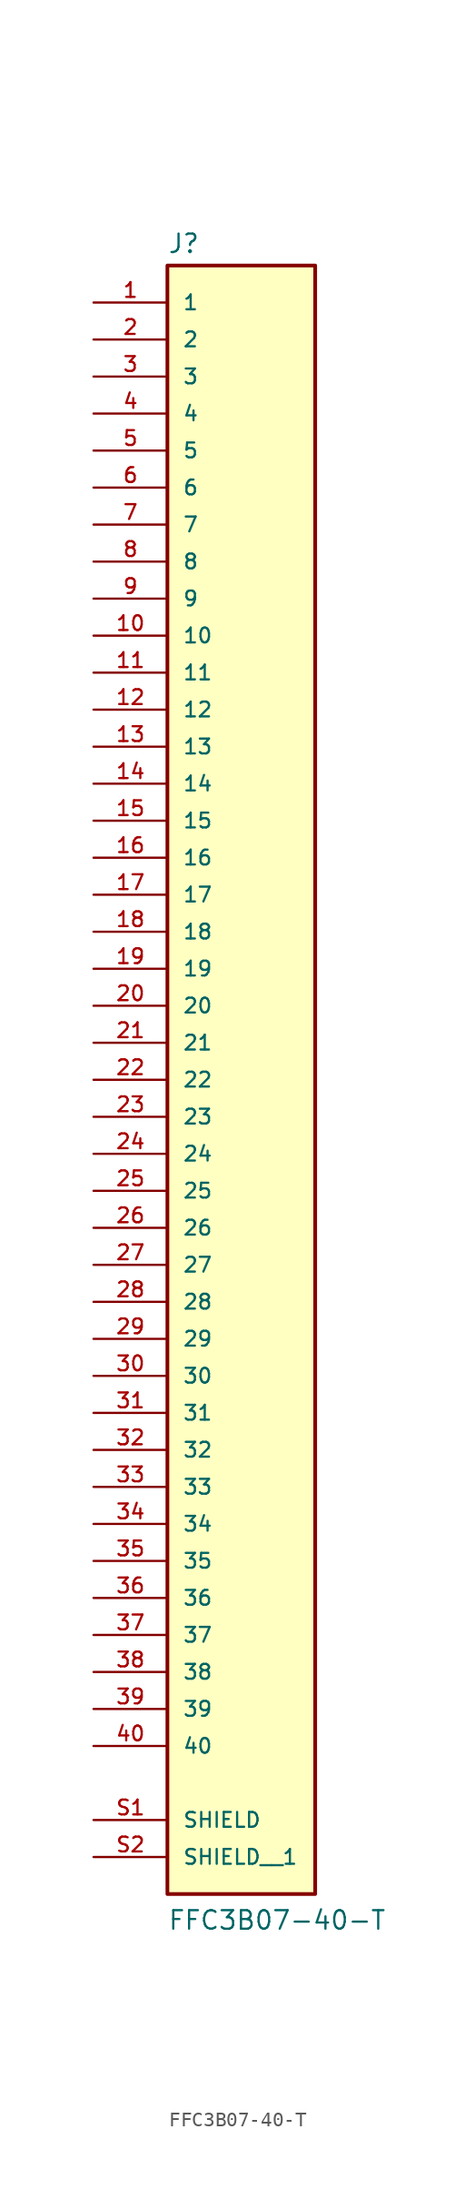
<source format=kicad_sym>
(kicad_symbol_lib
  (version 20211014)
  (generator kicad_symbol_editor)
  (symbol "FFC3B07-40-T"
    (pin_names
      (offset 1.016))
    (property "Reference" "J"
      (at -5.08 54.102 0)
      (effects (font (size 1.27 1.27)) (justify bottom left)))
    (property "Value" "FFC3B07-40-T"
      (at -5.08 -60.96 0)
      (effects (font (size 1.27 1.27)) (justify bottom left)))
    (symbol "FFC3B07-40-T_0_0"
      (rectangle (start -5.08 -58.42) (end 5.08 53.34) (stroke (width 0.254)) (fill (type background)))
      (pin passive line (at -10.16 50.8 0) (length 5.08) (name "1" (effects (font (size 1.016 1.016)))) (number "1" (effects (font (size 1.016 1.016)))))
      (pin passive line (at -10.16 48.26 0) (length 5.08) (name "2" (effects (font (size 1.016 1.016)))) (number "2" (effects (font (size 1.016 1.016)))))
      (pin passive line (at -10.16 45.72 0) (length 5.08) (name "3" (effects (font (size 1.016 1.016)))) (number "3" (effects (font (size 1.016 1.016)))))
      (pin passive line (at -10.16 43.18 0) (length 5.08) (name "4" (effects (font (size 1.016 1.016)))) (number "4" (effects (font (size 1.016 1.016)))))
      (pin passive line (at -10.16 -53.34 0) (length 5.08) (name "SHIELD" (effects (font (size 1.016 1.016)))) (number "S1" (effects (font (size 1.016 1.016)))))
      (pin passive line (at -10.16 40.64 0) (length 5.08) (name "5" (effects (font (size 1.016 1.016)))) (number "5" (effects (font (size 1.016 1.016)))))
      (pin passive line (at -10.16 38.1 0) (length 5.08) (name "6" (effects (font (size 1.016 1.016)))) (number "6" (effects (font (size 1.016 1.016)))))
      (pin passive line (at -10.16 35.56 0) (length 5.08) (name "7" (effects (font (size 1.016 1.016)))) (number "7" (effects (font (size 1.016 1.016)))))
      (pin passive line (at -10.16 33.02 0) (length 5.08) (name "8" (effects (font (size 1.016 1.016)))) (number "8" (effects (font (size 1.016 1.016)))))
      (pin passive line (at -10.16 30.48 0) (length 5.08) (name "9" (effects (font (size 1.016 1.016)))) (number "9" (effects (font (size 1.016 1.016)))))
      (pin passive line (at -10.16 27.94 0) (length 5.08) (name "10" (effects (font (size 1.016 1.016)))) (number "10" (effects (font (size 1.016 1.016)))))
      (pin passive line (at -10.16 25.4 0) (length 5.08) (name "11" (effects (font (size 1.016 1.016)))) (number "11" (effects (font (size 1.016 1.016)))))
      (pin passive line (at -10.16 22.86 0) (length 5.08) (name "12" (effects (font (size 1.016 1.016)))) (number "12" (effects (font (size 1.016 1.016)))))
      (pin passive line (at -10.16 20.32 0) (length 5.08) (name "13" (effects (font (size 1.016 1.016)))) (number "13" (effects (font (size 1.016 1.016)))))
      (pin passive line (at -10.16 17.78 0) (length 5.08) (name "14" (effects (font (size 1.016 1.016)))) (number "14" (effects (font (size 1.016 1.016)))))
      (pin passive line (at -10.16 15.24 0) (length 5.08) (name "15" (effects (font (size 1.016 1.016)))) (number "15" (effects (font (size 1.016 1.016)))))
      (pin passive line (at -10.16 12.7 0) (length 5.08) (name "16" (effects (font (size 1.016 1.016)))) (number "16" (effects (font (size 1.016 1.016)))))
      (pin passive line (at -10.16 10.16 0) (length 5.08) (name "17" (effects (font (size 1.016 1.016)))) (number "17" (effects (font (size 1.016 1.016)))))
      (pin passive line (at -10.16 7.62 0) (length 5.08) (name "18" (effects (font (size 1.016 1.016)))) (number "18" (effects (font (size 1.016 1.016)))))
      (pin passive line (at -10.16 5.08 0) (length 5.08) (name "19" (effects (font (size 1.016 1.016)))) (number "19" (effects (font (size 1.016 1.016)))))
      (pin passive line (at -10.16 2.54 0) (length 5.08) (name "20" (effects (font (size 1.016 1.016)))) (number "20" (effects (font (size 1.016 1.016)))))
      (pin passive line (at -10.16 0.0 0) (length 5.08) (name "21" (effects (font (size 1.016 1.016)))) (number "21" (effects (font (size 1.016 1.016)))))
      (pin passive line (at -10.16 -2.54 0) (length 5.08) (name "22" (effects (font (size 1.016 1.016)))) (number "22" (effects (font (size 1.016 1.016)))))
      (pin passive line (at -10.16 -5.08 0) (length 5.08) (name "23" (effects (font (size 1.016 1.016)))) (number "23" (effects (font (size 1.016 1.016)))))
      (pin passive line (at -10.16 -7.62 0) (length 5.08) (name "24" (effects (font (size 1.016 1.016)))) (number "24" (effects (font (size 1.016 1.016)))))
      (pin passive line (at -10.16 -10.16 0) (length 5.08) (name "25" (effects (font (size 1.016 1.016)))) (number "25" (effects (font (size 1.016 1.016)))))
      (pin passive line (at -10.16 -12.7 0) (length 5.08) (name "26" (effects (font (size 1.016 1.016)))) (number "26" (effects (font (size 1.016 1.016)))))
      (pin passive line (at -10.16 -15.24 0) (length 5.08) (name "27" (effects (font (size 1.016 1.016)))) (number "27" (effects (font (size 1.016 1.016)))))
      (pin passive line (at -10.16 -17.78 0) (length 5.08) (name "28" (effects (font (size 1.016 1.016)))) (number "28" (effects (font (size 1.016 1.016)))))
      (pin passive line (at -10.16 -20.32 0) (length 5.08) (name "29" (effects (font (size 1.016 1.016)))) (number "29" (effects (font (size 1.016 1.016)))))
      (pin passive line (at -10.16 -22.86 0) (length 5.08) (name "30" (effects (font (size 1.016 1.016)))) (number "30" (effects (font (size 1.016 1.016)))))
      (pin passive line (at -10.16 -25.4 0) (length 5.08) (name "31" (effects (font (size 1.016 1.016)))) (number "31" (effects (font (size 1.016 1.016)))))
      (pin passive line (at -10.16 -27.94 0) (length 5.08) (name "32" (effects (font (size 1.016 1.016)))) (number "32" (effects (font (size 1.016 1.016)))))
      (pin passive line (at -10.16 -30.48 0) (length 5.08) (name "33" (effects (font (size 1.016 1.016)))) (number "33" (effects (font (size 1.016 1.016)))))
      (pin passive line (at -10.16 -33.02 0) (length 5.08) (name "34" (effects (font (size 1.016 1.016)))) (number "34" (effects (font (size 1.016 1.016)))))
      (pin passive line (at -10.16 -35.56 0) (length 5.08) (name "35" (effects (font (size 1.016 1.016)))) (number "35" (effects (font (size 1.016 1.016)))))
      (pin passive line (at -10.16 -38.1 0) (length 5.08) (name "36" (effects (font (size 1.016 1.016)))) (number "36" (effects (font (size 1.016 1.016)))))
      (pin passive line (at -10.16 -40.64 0) (length 5.08) (name "37" (effects (font (size 1.016 1.016)))) (number "37" (effects (font (size 1.016 1.016)))))
      (pin passive line (at -10.16 -43.18 0) (length 5.08) (name "38" (effects (font (size 1.016 1.016)))) (number "38" (effects (font (size 1.016 1.016)))))
      (pin passive line (at -10.16 -45.72 0) (length 5.08) (name "39" (effects (font (size 1.016 1.016)))) (number "39" (effects (font (size 1.016 1.016)))))
      (pin passive line (at -10.16 -48.26 0) (length 5.08) (name "40" (effects (font (size 1.016 1.016)))) (number "40" (effects (font (size 1.016 1.016)))))
      (pin passive line (at -10.16 -55.88 0) (length 5.08) (name "SHIELD__1" (effects (font (size 1.016 1.016)))) (number "S2" (effects (font (size 1.016 1.016))))))))
</source>
